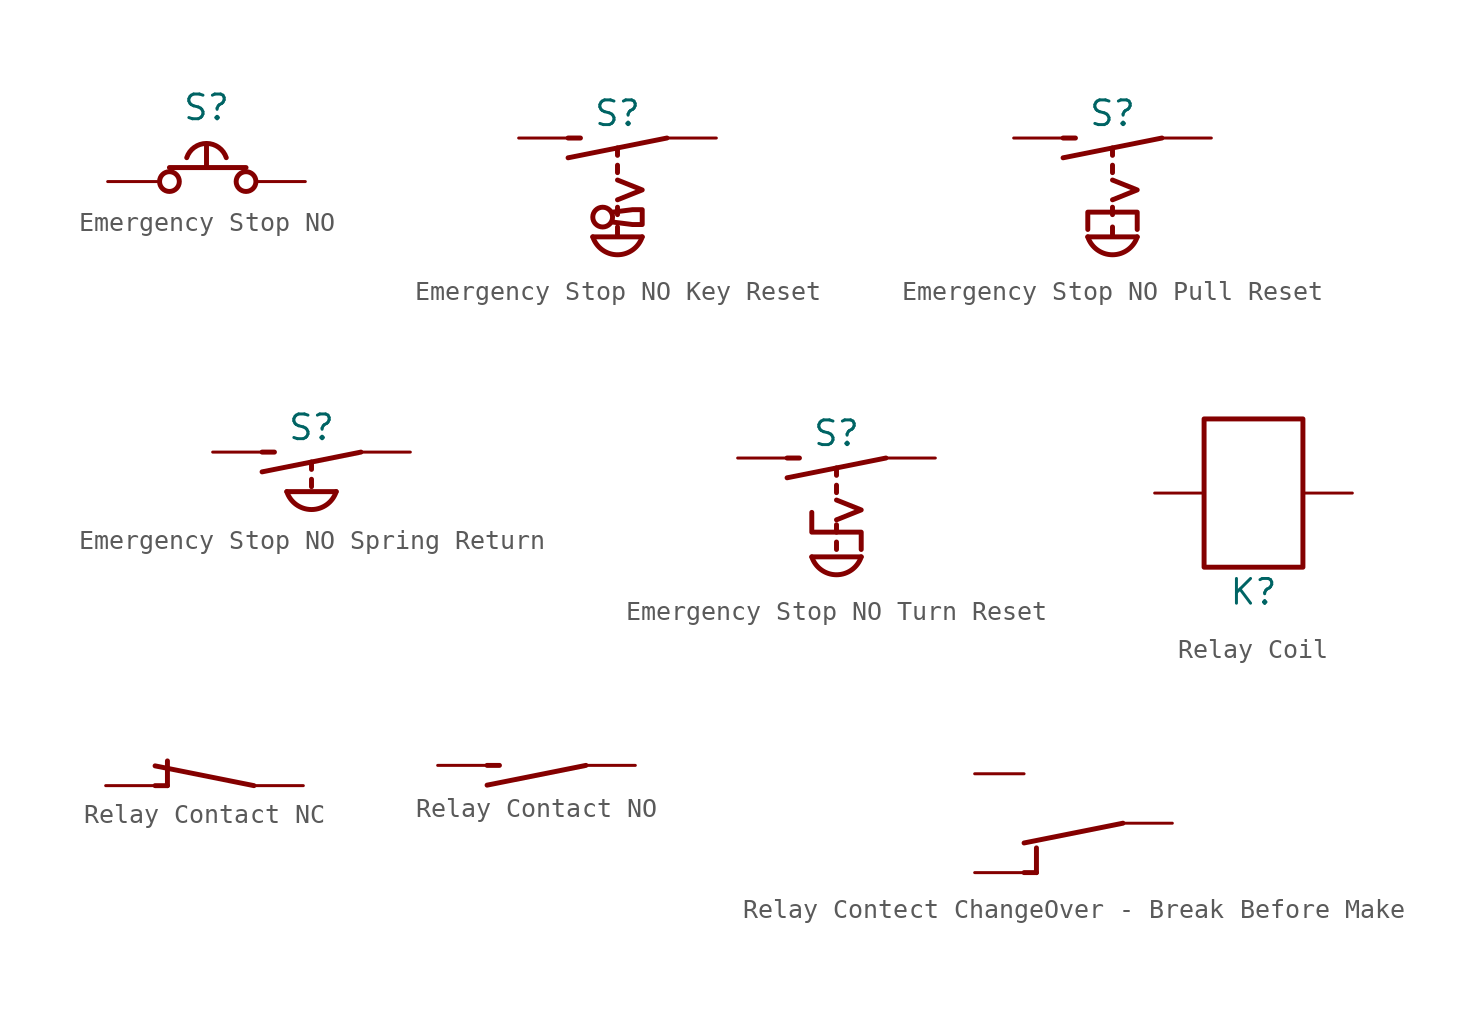
<source format=kicad_sym>
(kicad_symbol_lib
  (version 20241209)
  (generator "kicad_symbol_editor")
  (generator_version "9.0")
  (symbol "Emergency Stop NO"
    (pin_numbers
      (hide yes))
    (pin_names
      (offset 0)
      (hide yes))
    (property "Reference" "S"
      (at 0 3.81 0)
      (effects (font (size 1.27 1.27))))
    (symbol "Emergency Stop NO_0_0"
      (arc (start -1.016 1.2284) (mid 0 1.9602) (end 1.016 1.2284) (stroke (width 0.254) (type default)) (fill (type none))))
    (symbol "Emergency Stop NO_1_0"
      (polyline (pts (xy 0 1.905) (xy 0 0.72)) (stroke (width 0.254) (type default)) (fill (type none))))
    (symbol "Emergency Stop NO_1_1"
      (circle (center -1.905 0) (radius 0.508) (stroke (width 0.254) (type default)) (fill (type none)))
      (polyline (pts (xy 2.032 0.72) (xy -1.905 0.72)) (stroke (width 0.254) (type default)) (fill (type none)))
      (circle (center 2.032 0) (radius 0.508) (stroke (width 0.254) (type default)) (fill (type none)))
      (pin passive line (at -5.08 0 0) (length 2.54) (name "NC1" (effects (font (size 1.27 1.27)))) (number "NC1" (effects (font (size 1.27 1.27)))))
      (pin passive line (at 5.08 0 180) (length 2.54) (name "COM1" (effects (font (size 1.27 1.27)))) (number "COM1" (effects (font (size 1.27 1.27)))))))
  (symbol "Emergency Stop NO Key Reset"
    (pin_numbers
      (hide yes))
    (pin_names
      (offset 0)
      (hide yes))
    (property "Reference" "S"
      (at 0 1.27 0)
      (effects (font (size 1.27 1.27))))
    (symbol "Emergency Stop NO Key Reset_0_0"
      (polyline (pts (xy -1.27 -5.08) (xy 1.27 -5.08)) (stroke (width 0.254) (type default)) (fill (type none)))
      (circle (center -0.762 -4.064) (radius 0.508) (stroke (width 0.254) (type default)) (fill (type none)))
      (polyline (pts (xy -0.254 -3.81) (xy 0.762 -3.683) (xy 1.27 -3.683) (xy 1.27 -4.445) (xy 0.762 -4.445) (xy -0.254 -4.318)) (stroke (width 0.254) (type default)) (fill (type none)))
      (polyline (pts (xy 0 -3.175) (xy 1.27 -2.667) (xy 0 -2.159)) (stroke (width 0.254) (type default)) (fill (type none)))
      (arc (start 1.27 -5.08) (mid 0 -6.0002) (end -1.27 -5.08) (stroke (width 0.254) (type default)) (fill (type none))))
    (symbol "Emergency Stop NO Key Reset_0_1"
      (polyline (pts (xy -2.54 0) (xy -1.905 0)) (stroke (width 0.254) (type default)) (fill (type none))))
    (symbol "Emergency Stop NO Key Reset_1_0"
      (polyline (pts (xy 0 -0.889) (xy 0 -0.508)) (stroke (width 0.254) (type default)) (fill (type none)))
      (polyline (pts (xy 0 -1.778) (xy 0 -1.397)) (stroke (width 0.254) (type default)) (fill (type none)))
      (polyline (pts (xy 0 -3.556) (xy 0 -3.937)) (stroke (width 0.254) (type default)) (fill (type none)))
      (polyline (pts (xy 0 -4.953) (xy 0 -4.572)) (stroke (width 0.254) (type default)) (fill (type none))))
    (symbol "Emergency Stop NO Key Reset_1_1"
      (polyline (pts (xy 2.54 0) (xy -2.54 -1.016)) (stroke (width 0.254) (type default)) (fill (type none)))
      (pin passive line (at -5.08 0 0) (length 2.54) (name "NC1" (effects (font (size 1.27 1.27)))) (number "NC1" (effects (font (size 1.27 1.27)))))
      (pin passive line (at 5.08 0 180) (length 2.54) (name "COM1" (effects (font (size 1.27 1.27)))) (number "COM1" (effects (font (size 1.27 1.27)))))))
  (symbol "Emergency Stop NO Pull Reset"
    (pin_numbers
      (hide yes))
    (pin_names
      (offset 0)
      (hide yes))
    (property "Reference" "S"
      (at 0 1.27 0)
      (effects (font (size 1.27 1.27))))
    (symbol "Emergency Stop NO Pull Reset_0_0"
      (polyline (pts (xy -1.27 -4.699) (xy -1.27 -3.81) (xy 1.27 -3.81) (xy 1.27 -4.699)) (stroke (width 0.254) (type default)) (fill (type none)))
      (polyline (pts (xy -1.27 -5.08) (xy 1.27 -5.08)) (stroke (width 0.254) (type default)) (fill (type none)))
      (polyline (pts (xy 0 -3.175) (xy 1.27 -2.667) (xy 0 -2.159)) (stroke (width 0.254) (type default)) (fill (type none)))
      (arc (start 1.27 -5.08) (mid 0 -6.0002) (end -1.27 -5.08) (stroke (width 0.254) (type default)) (fill (type none))))
    (symbol "Emergency Stop NO Pull Reset_0_1"
      (polyline (pts (xy -2.54 0) (xy -1.905 0)) (stroke (width 0.254) (type default)) (fill (type none))))
    (symbol "Emergency Stop NO Pull Reset_1_0"
      (polyline (pts (xy 0 -0.889) (xy 0 -0.508)) (stroke (width 0.254) (type default)) (fill (type none)))
      (polyline (pts (xy 0 -1.778) (xy 0 -1.397)) (stroke (width 0.254) (type default)) (fill (type none)))
      (polyline (pts (xy 0 -3.556) (xy 0 -3.937)) (stroke (width 0.254) (type default)) (fill (type none)))
      (polyline (pts (xy 0 -4.953) (xy 0 -4.572)) (stroke (width 0.254) (type default)) (fill (type none))))
    (symbol "Emergency Stop NO Pull Reset_1_1"
      (polyline (pts (xy -2.54 -1.016) (xy 2.54 0)) (stroke (width 0.254) (type default)) (fill (type none)))
      (pin passive line (at -5.08 0 0) (length 2.54) (name "NC1" (effects (font (size 1.27 1.27)))) (number "NC1" (effects (font (size 1.27 1.27)))))
      (pin passive line (at 5.08 0 180) (length 2.54) (name "COM1" (effects (font (size 1.27 1.27)))) (number "COM1" (effects (font (size 1.27 1.27)))))))
  (symbol "Emergency Stop NO Spring Return"
    (pin_numbers
      (hide yes))
    (pin_names
      (offset 0)
      (hide yes))
    (property "Reference" "S"
      (at 0 1.27 0)
      (effects (font (size 1.27 1.27))))
    (symbol "Emergency Stop NO Spring Return_0_0"
      (polyline (pts (xy -1.27 -2.032) (xy 1.27 -2.032)) (stroke (width 0.254) (type default)) (fill (type none)))
      (arc (start 1.27 -2.032) (mid 0 -2.9522) (end -1.27 -2.032) (stroke (width 0.254) (type default)) (fill (type none))))
    (symbol "Emergency Stop NO Spring Return_0_1"
      (polyline (pts (xy -2.54 0) (xy -1.905 0)) (stroke (width 0.254) (type default)) (fill (type none))))
    (symbol "Emergency Stop NO Spring Return_1_0"
      (polyline (pts (xy 0 -0.889) (xy 0 -0.508)) (stroke (width 0.254) (type default)) (fill (type none)))
      (polyline (pts (xy 0 -1.778) (xy 0 -1.397)) (stroke (width 0.254) (type default)) (fill (type none))))
    (symbol "Emergency Stop NO Spring Return_1_1"
      (polyline (pts (xy -2.54 -1.016) (xy 2.54 0)) (stroke (width 0.254) (type default)) (fill (type none)))
      (pin passive line (at -5.08 0 0) (length 2.54) (name "NC1" (effects (font (size 1.27 1.27)))) (number "NC1" (effects (font (size 1.27 1.27)))))
      (pin passive line (at 5.08 0 180) (length 2.54) (name "COM1" (effects (font (size 1.27 1.27)))) (number "COM1" (effects (font (size 1.27 1.27)))))))
  (symbol "Emergency Stop NO Turn Reset"
    (pin_numbers
      (hide yes))
    (pin_names
      (offset 0)
      (hide yes))
    (property "Reference" "S"
      (at 0 1.27 0)
      (effects (font (size 1.27 1.27))))
    (symbol "Emergency Stop NO Turn Reset_0_0"
      (polyline (pts (xy -1.27 -2.794) (xy -1.27 -3.81) (xy 1.27 -3.81) (xy 1.27 -4.699)) (stroke (width 0.254) (type default)) (fill (type none)))
      (polyline (pts (xy -1.27 -5.08) (xy 1.27 -5.08)) (stroke (width 0.254) (type default)) (fill (type none)))
      (polyline (pts (xy 0 -3.175) (xy 1.27 -2.667) (xy 0 -2.159)) (stroke (width 0.254) (type default)) (fill (type none)))
      (arc (start 1.27 -5.08) (mid 0 -6.0002) (end -1.27 -5.08) (stroke (width 0.254) (type default)) (fill (type none))))
    (symbol "Emergency Stop NO Turn Reset_0_1"
      (polyline (pts (xy -2.54 0) (xy -1.905 0)) (stroke (width 0.254) (type default)) (fill (type none))))
    (symbol "Emergency Stop NO Turn Reset_1_0"
      (polyline (pts (xy 0 -0.889) (xy 0 -0.508)) (stroke (width 0.254) (type default)) (fill (type none)))
      (polyline (pts (xy 0 -1.778) (xy 0 -1.397)) (stroke (width 0.254) (type default)) (fill (type none)))
      (polyline (pts (xy 0 -3.429) (xy 0 -3.81)) (stroke (width 0.254) (type default)) (fill (type none)))
      (polyline (pts (xy 0 -4.699) (xy 0 -4.318)) (stroke (width 0.254) (type default)) (fill (type none))))
    (symbol "Emergency Stop NO Turn Reset_1_1"
      (polyline (pts (xy 2.54 0) (xy -2.54 -1.016)) (stroke (width 0.254) (type default)) (fill (type none)))
      (pin passive line (at -5.08 0 0) (length 2.54) (name "NC1" (effects (font (size 1.27 1.27)))) (number "NC1" (effects (font (size 1.27 1.27)))))
      (pin passive line (at 5.08 0 180) (length 2.54) (name "COM1" (effects (font (size 1.27 1.27)))) (number "COM1" (effects (font (size 1.27 1.27)))))))
  (symbol "Relay Coil"
    (pin_numbers
      (hide yes))
    (pin_names
      (offset 0)
      (hide yes))
    (property "Reference" "K"
      (at 0 -5.08 0)
      (effects (font (size 1.27 1.27))))
    (symbol "Relay Coil_0_1"
      (rectangle (start -2.54 3.81) (end 2.54 -3.81) (stroke (width 0.254) (type default)) (fill (type none))))
    (symbol "Relay Coil_1_1"
      (pin passive line (at -5.08 0 0) (length 2.54) (name "COIL1" (effects (font (size 1.27 1.27)))) (number "COIL1" (effects (font (size 1.27 1.27)))))
      (pin passive line (at 5.08 0 180) (length 2.54) (name "COIL2" (effects (font (size 1.27 1.27)))) (number "COIL2" (effects (font (size 1.27 1.27)))))))
  (symbol "Relay Contact NC"
    (pin_numbers
      (hide yes))
    (pin_names
      (offset 0)
      (hide yes))
    (property "Reference" "K"
      (at 0 -1.27 0)
      (effects (font (size 1.27 1.27)) (hide yes)))
    (symbol "Relay Contact NC_0_0"
      (polyline (pts (xy -1.905 0) (xy -1.905 1.27)) (stroke (width 0.254) (type default)) (fill (type none))))
    (symbol "Relay Contact NC_0_1"
      (polyline (pts (xy -2.54 0) (xy -1.905 0)) (stroke (width 0.254) (type default)) (fill (type none))))
    (symbol "Relay Contact NC_1_1"
      (polyline (pts (xy 2.54 0) (xy -2.54 1.016)) (stroke (width 0.254) (type default)) (fill (type none)))
      (pin passive line (at -5.08 0 0) (length 2.54) (name "NC1" (effects (font (size 1.27 1.27)))) (number "NC1" (effects (font (size 1.27 1.27)))))
      (pin passive line (at 5.08 0 180) (length 2.54) (name "COM1" (effects (font (size 1.27 1.27)))) (number "COM1" (effects (font (size 1.27 1.27)))))))
  (symbol "Relay Contact NO"
    (pin_numbers
      (hide yes))
    (pin_names
      (offset 0)
      (hide yes))
    (property "Reference" "K"
      (at 0 -2.54 0)
      (effects (font (size 1.27 1.27)) (hide yes)))
    (symbol "Relay Contact NO_0_1"
      (polyline (pts (xy -2.54 0) (xy -1.905 0)) (stroke (width 0.254) (type default)) (fill (type none))))
    (symbol "Relay Contact NO_1_1"
      (polyline (pts (xy 2.54 0) (xy -2.54 -1.016)) (stroke (width 0.254) (type default)) (fill (type none)))
      (pin passive line (at -5.08 0 0) (length 2.54) (name "NC1" (effects (font (size 1.27 1.27)))) (number "NC1" (effects (font (size 1.27 1.27)))))
      (pin passive line (at 5.08 0 180) (length 2.54) (name "COM1" (effects (font (size 1.27 1.27)))) (number "COM1" (effects (font (size 1.27 1.27)))))))
  (symbol "Relay Contect ChangeOver - Break Before Make"
    (pin_numbers
      (hide yes))
    (pin_names
      (offset 0)
      (hide yes))
    (property "Reference" "K"
      (at 0 -1.27 0)
      (effects (font (size 1.27 1.27)) (hide yes)))
    (symbol "Relay Contect ChangeOver - Break Before Make_0_0"
      (polyline (pts (xy -1.905 -2.54) (xy -1.905 -1.27)) (stroke (width 0.254) (type default)) (fill (type none))))
    (symbol "Relay Contect ChangeOver - Break Before Make_0_1"
      (polyline (pts (xy -1.905 -2.54) (xy -2.54 -2.54)) (stroke (width 0.254) (type default)) (fill (type none))))
    (symbol "Relay Contect ChangeOver - Break Before Make_1_1"
      (polyline (pts (xy 2.54 0) (xy -2.54 -1.016)) (stroke (width 0.254) (type default)) (fill (type none)))
      (pin passive line (at -5.08 2.54 0) (length 2.54) (name "NC1" (effects (font (size 1.27 1.27)))) (number "NC1" (effects (font (size 1.27 1.27)))))
      (pin passive line (at -5.08 -2.54 0) (length 2.54) (name "NC1" (effects (font (size 1.27 1.27)))) (number "NC1" (effects (font (size 1.27 1.27)))))
      (pin passive line (at 5.08 0 180) (length 2.54) (name "COM1" (effects (font (size 1.27 1.27)))) (number "COM1" (effects (font (size 1.27 1.27))))))))
</source>
